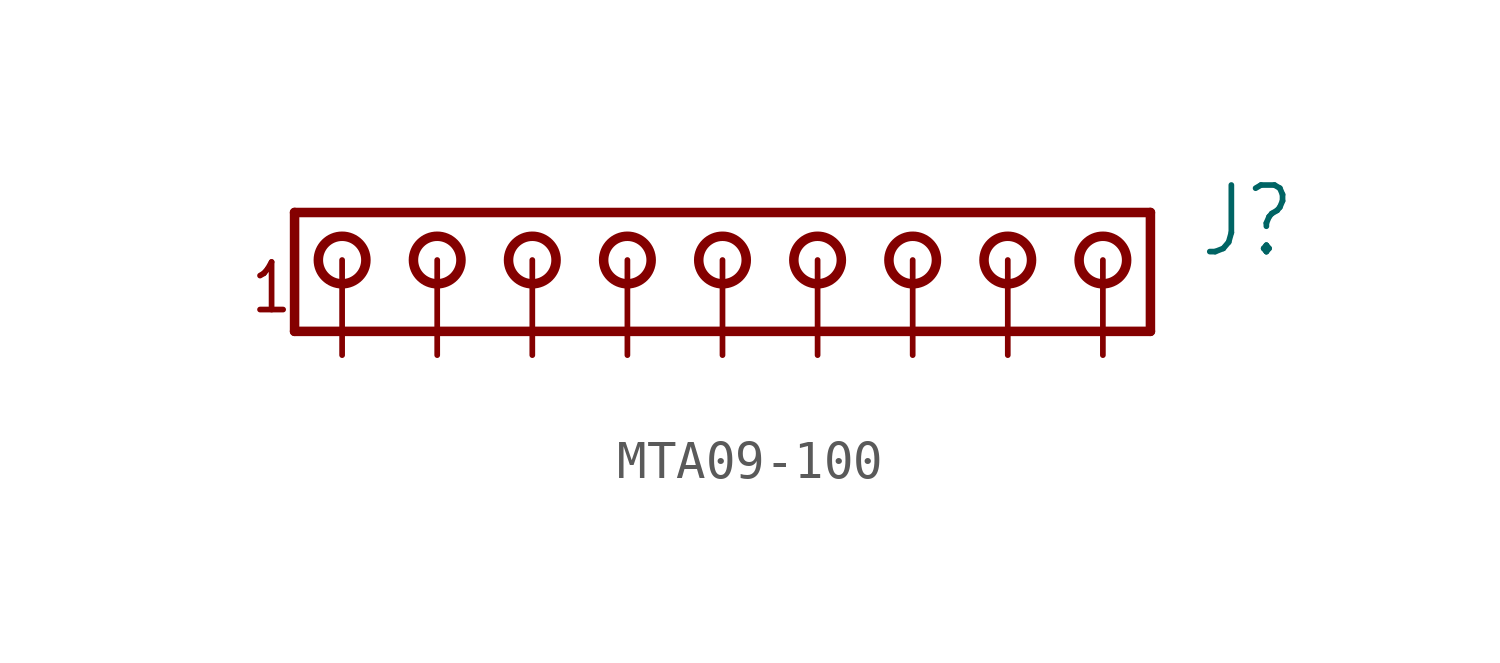
<source format=kicad_sym>
(kicad_symbol_lib
  (version 20231120)
  (generator "kicad_symbol_editor")
  (generator_version "8.0")
  (symbol "MTA09-100"
    (property "Reference" "J"
      (at 12.7 0 0)
      (effects (font (size 1.778 1.511)) (justify left bottom)))
    (property "Value" ""
      (at 12.7 -3.81 0)
      (effects (font (size 1.778 1.511)) (justify left bottom)))
    (property "ki_locked" ""
      (at 0 0 0)
      (effects (font (size 1.27 1.27))))
    (symbol "MTA09-100_1_0"
      (circle (center -10.16 0) (radius 0.635) (stroke (width 0.254) (type solid)) (fill (type none)))
      (circle (center -7.62 0) (radius 0.635) (stroke (width 0.254) (type solid)) (fill (type none)))
      (circle (center -5.08 0) (radius 0.635) (stroke (width 0.254) (type solid)) (fill (type none)))
      (circle (center -2.54 0) (radius 0.635) (stroke (width 0.254) (type solid)) (fill (type none)))
      (polyline (pts (xy -11.43 1.27) (xy -11.43 -1.905)) (stroke (width 0.254) (type solid)) (fill (type none)))
      (polyline (pts (xy -11.43 1.27) (xy 11.43 1.27)) (stroke (width 0.254) (type solid)) (fill (type none)))
      (polyline (pts (xy 11.43 -1.905) (xy -11.43 -1.905)) (stroke (width 0.254) (type solid)) (fill (type none)))
      (polyline (pts (xy 11.43 -1.905) (xy 11.43 1.27)) (stroke (width 0.254) (type solid)) (fill (type none)))
      (circle (center 0 0) (radius 0.635) (stroke (width 0.254) (type solid)) (fill (type none)))
      (circle (center 2.54 0) (radius 0.635) (stroke (width 0.254) (type solid)) (fill (type none)))
      (circle (center 5.08 0) (radius 0.635) (stroke (width 0.254) (type solid)) (fill (type none)))
      (circle (center 7.62 0) (radius 0.635) (stroke (width 0.254) (type solid)) (fill (type none)))
      (circle (center 10.16 0) (radius 0.635) (stroke (width 0.254) (type solid)) (fill (type none)))
      (text "1" (at -11.43 0 0) (effects (font (size 1.27 1.079)) (justify right top)))
      (pin passive line (at -10.16 -2.54 90) (length 2.54) (name "1" (effects (font (size 0 0)))) (number "1" (effects (font (size 0 0)))))
      (pin passive line (at -7.62 -2.54 90) (length 2.54) (name "2" (effects (font (size 0 0)))) (number "2" (effects (font (size 0 0)))))
      (pin passive line (at -5.08 -2.54 90) (length 2.54) (name "3" (effects (font (size 0 0)))) (number "3" (effects (font (size 0 0)))))
      (pin passive line (at -2.54 -2.54 90) (length 2.54) (name "4" (effects (font (size 0 0)))) (number "4" (effects (font (size 0 0)))))
      (pin passive line (at 0 -2.54 90) (length 2.54) (name "5" (effects (font (size 0 0)))) (number "5" (effects (font (size 0 0)))))
      (pin passive line (at 2.54 -2.54 90) (length 2.54) (name "6" (effects (font (size 0 0)))) (number "6" (effects (font (size 0 0)))))
      (pin passive line (at 5.08 -2.54 90) (length 2.54) (name "7" (effects (font (size 0 0)))) (number "7" (effects (font (size 0 0)))))
      (pin passive line (at 7.62 -2.54 90) (length 2.54) (name "8" (effects (font (size 0 0)))) (number "8" (effects (font (size 0 0)))))
      (pin passive line (at 10.16 -2.54 90) (length 2.54) (name "9" (effects (font (size 0 0)))) (number "9" (effects (font (size 0 0))))))))
</source>
